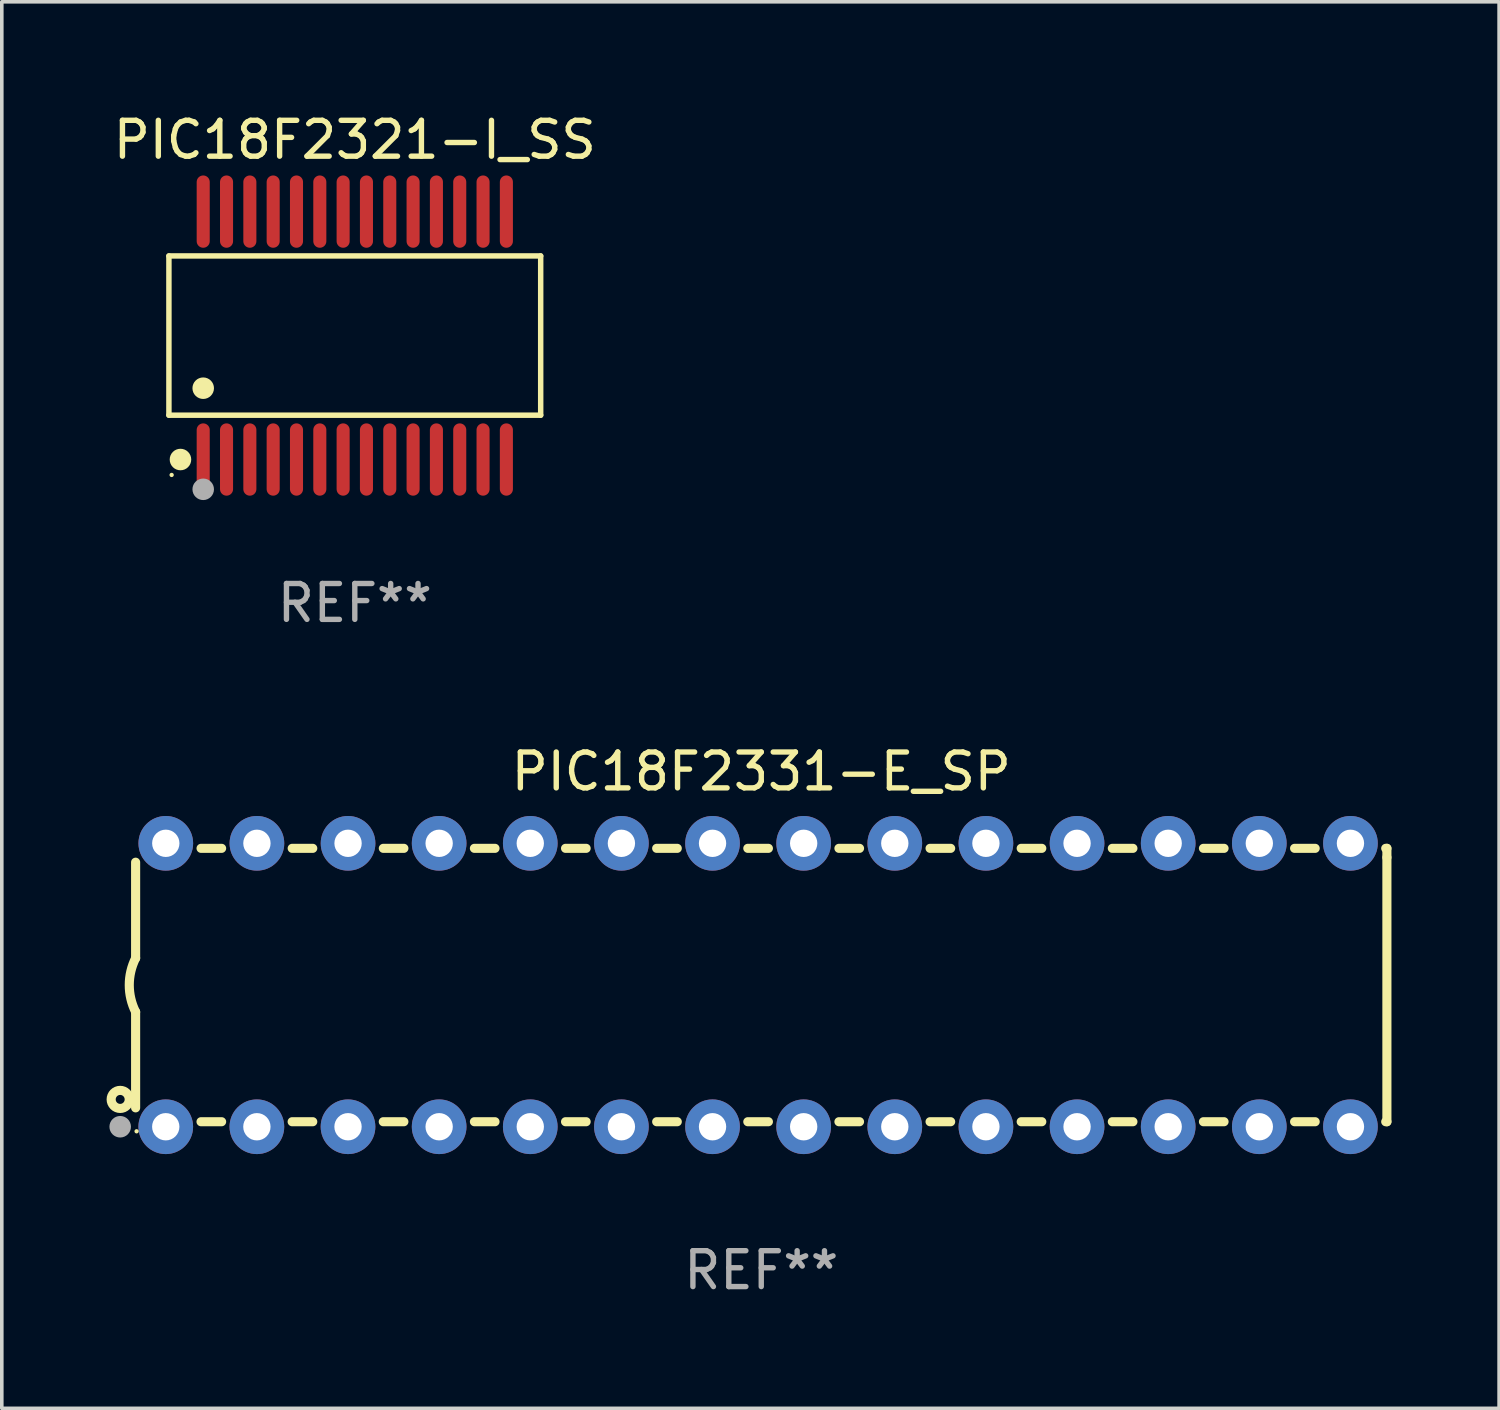
<source format=kicad_pcb>
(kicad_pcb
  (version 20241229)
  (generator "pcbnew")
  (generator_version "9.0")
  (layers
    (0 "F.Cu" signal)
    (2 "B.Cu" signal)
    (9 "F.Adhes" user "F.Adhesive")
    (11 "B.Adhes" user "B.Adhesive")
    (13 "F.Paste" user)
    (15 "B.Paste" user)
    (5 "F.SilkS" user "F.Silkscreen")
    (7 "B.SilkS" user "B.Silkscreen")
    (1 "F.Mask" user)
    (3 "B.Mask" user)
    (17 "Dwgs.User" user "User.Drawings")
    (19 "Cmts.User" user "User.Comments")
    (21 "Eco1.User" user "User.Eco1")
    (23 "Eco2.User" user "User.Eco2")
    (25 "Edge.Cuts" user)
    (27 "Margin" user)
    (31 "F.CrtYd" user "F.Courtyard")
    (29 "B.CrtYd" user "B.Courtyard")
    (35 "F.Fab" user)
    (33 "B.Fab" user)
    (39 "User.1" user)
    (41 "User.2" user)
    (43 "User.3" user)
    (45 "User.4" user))
  (footprint "PIC18F2321-I_SS"
    (layer "F.Cu")
    (at 6.839 6.303)
    (property "Reference" "PIC18F2321-I_SS" (at 0 -5.455 0) (layer "F.SilkS") (effects (font (size 1 1) (thickness 0.15))))
    (attr through_hole)
    (fp_line (start -5.181 -2.219) (end 5.181 -2.219) (stroke (width 0.152) (type solid)) (layer "F.SilkS"))
    (fp_line (start -5.181 2.219) (end -5.181 -2.219) (stroke (width 0.152) (type solid)) (layer "F.SilkS"))
    (fp_line (start 5.181 -2.219) (end 5.181 2.219) (stroke (width 0.152) (type solid)) (layer "F.SilkS"))
    (fp_line (start 5.181 2.219) (end -5.181 2.219) (stroke (width 0.152) (type solid)) (layer "F.SilkS"))
    (fp_circle (center -5.105 3.885) (end -5.075 3.885) (stroke (width 0.06) (type solid)) (fill no) (layer "F.SilkS"))
    (fp_circle (center -4.859 3.455) (end -4.709 3.455) (stroke (width 0.3) (type solid)) (fill no) (layer "F.SilkS"))
    (fp_circle (center -4.225 1.467) (end -4.075 1.467) (stroke (width 0.3) (type solid)) (fill no) (layer "F.SilkS"))
    (fp_circle (center -4.225 4.285) (end -4.075 4.285) (stroke (width 0.3) (type solid)) (fill no) (layer "F.Fab"))
    (fp_text user "REF**" (at 0 7.455 0) (layer "F.Fab") (effects (font (size 1 1) (thickness 0.15))))
    (pad "1" smd oval (at -4.225 3.455) (size 0.364 2.015) (layers "F.Cu" "F.Mask" "F.Paste"))
    (pad "2" smd oval (at -3.575 3.455) (size 0.364 2.015) (layers "F.Cu" "F.Mask" "F.Paste"))
    (pad "3" smd oval (at -2.925 3.455) (size 0.364 2.015) (layers "F.Cu" "F.Mask" "F.Paste"))
    (pad "4" smd oval (at -2.275 3.455) (size 0.364 2.015) (layers "F.Cu" "F.Mask" "F.Paste"))
    (pad "5" smd oval (at -1.625 3.455) (size 0.364 2.015) (layers "F.Cu" "F.Mask" "F.Paste"))
    (pad "6" smd oval (at -0.975 3.455) (size 0.364 2.015) (layers "F.Cu" "F.Mask" "F.Paste"))
    (pad "7" smd oval (at -0.325 3.455) (size 0.364 2.015) (layers "F.Cu" "F.Mask" "F.Paste"))
    (pad "8" smd oval (at 0.325 3.455) (size 0.364 2.015) (layers "F.Cu" "F.Mask" "F.Paste"))
    (pad "9" smd oval (at 0.975 3.455) (size 0.364 2.015) (layers "F.Cu" "F.Mask" "F.Paste"))
    (pad "10" smd oval (at 1.625 3.455) (size 0.364 2.015) (layers "F.Cu" "F.Mask" "F.Paste"))
    (pad "11" smd oval (at 2.275 3.455) (size 0.364 2.015) (layers "F.Cu" "F.Mask" "F.Paste"))
    (pad "12" smd oval (at 2.925 3.455) (size 0.364 2.015) (layers "F.Cu" "F.Mask" "F.Paste"))
    (pad "13" smd oval (at 3.575 3.455) (size 0.364 2.015) (layers "F.Cu" "F.Mask" "F.Paste"))
    (pad "14" smd oval (at 4.225 3.455) (size 0.364 2.015) (layers "F.Cu" "F.Mask" "F.Paste"))
    (pad "15" smd oval (at 4.225 -3.455) (size 0.364 2.015) (layers "F.Cu" "F.Mask" "F.Paste"))
    (pad "16" smd oval (at 3.575 -3.455) (size 0.364 2.015) (layers "F.Cu" "F.Mask" "F.Paste"))
    (pad "17" smd oval (at 2.925 -3.455) (size 0.364 2.015) (layers "F.Cu" "F.Mask" "F.Paste"))
    (pad "18" smd oval (at 2.275 -3.455) (size 0.364 2.015) (layers "F.Cu" "F.Mask" "F.Paste"))
    (pad "19" smd oval (at 1.625 -3.455) (size 0.364 2.015) (layers "F.Cu" "F.Mask" "F.Paste"))
    (pad "20" smd oval (at 0.975 -3.455) (size 0.364 2.015) (layers "F.Cu" "F.Mask" "F.Paste"))
    (pad "21" smd oval (at 0.325 -3.455) (size 0.364 2.015) (layers "F.Cu" "F.Mask" "F.Paste"))
    (pad "22" smd oval (at -0.325 -3.455) (size 0.364 2.015) (layers "F.Cu" "F.Mask" "F.Paste"))
    (pad "23" smd oval (at -0.975 -3.455) (size 0.364 2.015) (layers "F.Cu" "F.Mask" "F.Paste"))
    (pad "24" smd oval (at -1.625 -3.455) (size 0.364 2.015) (layers "F.Cu" "F.Mask" "F.Paste"))
    (pad "25" smd oval (at -2.275 -3.455) (size 0.364 2.015) (layers "F.Cu" "F.Mask" "F.Paste"))
    (pad "26" smd oval (at -2.925 -3.455) (size 0.364 2.015) (layers "F.Cu" "F.Mask" "F.Paste"))
    (pad "27" smd oval (at -3.575 -3.455) (size 0.364 2.015) (layers "F.Cu" "F.Mask" "F.Paste"))
    (pad "28" smd oval (at -4.225 -3.455) (size 0.364 2.015) (layers "F.Cu" "F.Mask" "F.Paste")))
  (footprint "PIC18F2331-E_SP"
    (layer "F.Cu")
    (at 18.168 24.405)
    (property "Reference" "PIC18F2331-E_SP" (at 0 -5.95 0) (layer "F.SilkS") (effects (font (size 1 1) (thickness 0.15))))
    (attr through_hole)
    (fp_line (start -17.438 0.75) (end -17.438 3.423) (stroke (width 0.254) (type solid)) (layer "F.SilkS"))
    (fp_line (start -17.438 -3.423) (end -17.438 -0.75) (stroke (width 0.254) (type solid)) (layer "F.SilkS"))
    (fp_line (start -15.615 3.81) (end -15.041 3.81) (stroke (width 0.254) (type solid)) (layer "F.SilkS"))
    (fp_line (start -15.041 -3.81) (end -15.614 -3.81) (stroke (width 0.254) (type solid)) (layer "F.SilkS"))
    (fp_line (start -13.075 3.81) (end -12.501 3.81) (stroke (width 0.254) (type solid)) (layer "F.SilkS"))
    (fp_line (start -12.501 -3.81) (end -13.074 -3.81) (stroke (width 0.254) (type solid)) (layer "F.SilkS"))
    (fp_line (start -10.535 3.81) (end -9.961 3.81) (stroke (width 0.254) (type solid)) (layer "F.SilkS"))
    (fp_line (start -9.961 -3.81) (end -10.534 -3.81) (stroke (width 0.254) (type solid)) (layer "F.SilkS"))
    (fp_line (start -7.995 3.81) (end -7.421 3.81) (stroke (width 0.254) (type solid)) (layer "F.SilkS"))
    (fp_line (start -7.421 -3.81) (end -7.995 -3.81) (stroke (width 0.254) (type solid)) (layer "F.SilkS"))
    (fp_line (start -5.455 3.81) (end -4.881 3.81) (stroke (width 0.254) (type solid)) (layer "F.SilkS"))
    (fp_line (start -4.881 -3.81) (end -5.455 -3.81) (stroke (width 0.254) (type solid)) (layer "F.SilkS"))
    (fp_line (start -2.915 3.81) (end -2.341 3.81) (stroke (width 0.254) (type solid)) (layer "F.SilkS"))
    (fp_line (start -2.341 -3.81) (end -2.915 -3.81) (stroke (width 0.254) (type solid)) (layer "F.SilkS"))
    (fp_line (start -0.375 3.81) (end 0.199 3.81) (stroke (width 0.254) (type solid)) (layer "F.SilkS"))
    (fp_line (start 0.199 -3.81) (end -0.375 -3.81) (stroke (width 0.254) (type solid)) (layer "F.SilkS"))
    (fp_line (start 2.165 3.81) (end 2.739 3.81) (stroke (width 0.254) (type solid)) (layer "F.SilkS"))
    (fp_line (start 2.739 -3.81) (end 2.165 -3.81) (stroke (width 0.254) (type solid)) (layer "F.SilkS"))
    (fp_line (start 4.705 3.81) (end 5.279 3.81) (stroke (width 0.254) (type solid)) (layer "F.SilkS"))
    (fp_line (start 5.279 -3.81) (end 4.705 -3.81) (stroke (width 0.254) (type solid)) (layer "F.SilkS"))
    (fp_line (start 7.245 3.81) (end 7.819 3.81) (stroke (width 0.254) (type solid)) (layer "F.SilkS"))
    (fp_line (start 7.819 -3.81) (end 7.245 -3.81) (stroke (width 0.254) (type solid)) (layer "F.SilkS"))
    (fp_line (start 9.785 3.81) (end 10.359 3.81) (stroke (width 0.254) (type solid)) (layer "F.SilkS"))
    (fp_line (start 10.359 -3.81) (end 9.785 -3.81) (stroke (width 0.254) (type solid)) (layer "F.SilkS"))
    (fp_line (start 12.325 3.81) (end 12.899 3.81) (stroke (width 0.254) (type solid)) (layer "F.SilkS"))
    (fp_line (start 12.899 -3.81) (end 12.325 -3.81) (stroke (width 0.254) (type solid)) (layer "F.SilkS"))
    (fp_line (start 14.865 3.81) (end 15.439 3.81) (stroke (width 0.254) (type solid)) (layer "F.SilkS"))
    (fp_line (start 15.439 -3.81) (end 14.865 -3.81) (stroke (width 0.254) (type solid)) (layer "F.SilkS"))
    (fp_line (start 17.405 3.81) (end 17.438 3.81) (stroke (width 0.254) (type solid)) (layer "F.SilkS"))
    (fp_line (start 17.438 -3.81) (end 17.405 -3.81) (stroke (width 0.254) (type solid)) (layer "F.SilkS"))
    (fp_line (start 17.438 -3.556) (end 17.438 -3.81) (stroke (width 0.254) (type solid)) (layer "F.SilkS"))
    (fp_line (start 17.438 3.81) (end 17.438 -3.556) (stroke (width 0.254) (type solid)) (layer "F.SilkS"))
    (fp_arc (start -17.437986 0.749657) (mid -17.614887 -0.000024) (end -17.437783 -0.749657) (stroke (width 0.254001) (type solid)) (layer "F.SilkS"))
    (fp_circle (center -17.868 3.188) (end -17.743 3.188) (stroke (width 0.254) (type solid)) (fill no) (layer "F.SilkS"))
    (fp_circle (center -17.411 4.077) (end -17.381 4.077) (stroke (width 0.06) (type solid)) (fill no) (layer "F.SilkS"))
    (fp_circle (center -17.868 3.95) (end -17.718 3.95) (stroke (width 0.3) (type solid)) (fill no) (layer "F.Fab"))
    (fp_text user "REF**" (at 0 7.95 0) (layer "F.Fab") (effects (font (size 1 1) (thickness 0.15))))
    (pad "1" thru_hole circle (at -16.598 3.95) (size 1.524 1.524) (drill 0.762) (layers "*.Cu" "*.Mask"))
    (pad "2" thru_hole circle (at -14.058 3.95) (size 1.524 1.524) (drill 0.762) (layers "*.Cu" "*.Mask"))
    (pad "3" thru_hole circle (at -11.518 3.95) (size 1.524 1.524) (drill 0.762) (layers "*.Cu" "*.Mask"))
    (pad "4" thru_hole circle (at -8.978 3.95) (size 1.524 1.524) (drill 0.762) (layers "*.Cu" "*.Mask"))
    (pad "5" thru_hole circle (at -6.438 3.95) (size 1.524 1.524) (drill 0.762) (layers "*.Cu" "*.Mask"))
    (pad "6" thru_hole circle (at -3.898 3.95) (size 1.524 1.524) (drill 0.762) (layers "*.Cu" "*.Mask"))
    (pad "7" thru_hole circle (at -1.358 3.95) (size 1.524 1.524) (drill 0.762) (layers "*.Cu" "*.Mask"))
    (pad "8" thru_hole circle (at 1.182 3.95) (size 1.524 1.524) (drill 0.762) (layers "*.Cu" "*.Mask"))
    (pad "9" thru_hole circle (at 3.722 3.95) (size 1.524 1.524) (drill 0.762) (layers "*.Cu" "*.Mask"))
    (pad "10" thru_hole circle (at 6.262 3.95) (size 1.524 1.524) (drill 0.762) (layers "*.Cu" "*.Mask"))
    (pad "11" thru_hole circle (at 8.802 3.95) (size 1.524 1.524) (drill 0.762) (layers "*.Cu" "*.Mask"))
    (pad "12" thru_hole circle (at 11.342 3.95) (size 1.524 1.524) (drill 0.762) (layers "*.Cu" "*.Mask"))
    (pad "13" thru_hole circle (at 13.882 3.95) (size 1.524 1.524) (drill 0.762) (layers "*.Cu" "*.Mask"))
    (pad "14" thru_hole circle (at 16.422 3.95) (size 1.524 1.524) (drill 0.762) (layers "*.Cu" "*.Mask"))
    (pad "15" thru_hole circle (at 16.422 -3.95) (size 1.524 1.524) (drill 0.762) (layers "*.Cu" "*.Mask"))
    (pad "16" thru_hole circle (at 13.882 -3.95) (size 1.524 1.524) (drill 0.762) (layers "*.Cu" "*.Mask"))
    (pad "17" thru_hole circle (at 11.342 -3.95) (size 1.524 1.524) (drill 0.762) (layers "*.Cu" "*.Mask"))
    (pad "18" thru_hole circle (at 8.802 -3.95) (size 1.524 1.524) (drill 0.762) (layers "*.Cu" "*.Mask"))
    (pad "19" thru_hole circle (at 6.262 -3.95) (size 1.524 1.524) (drill 0.762) (layers "*.Cu" "*.Mask"))
    (pad "20" thru_hole circle (at 3.722 -3.95) (size 1.524 1.524) (drill 0.762) (layers "*.Cu" "*.Mask"))
    (pad "21" thru_hole circle (at 1.182 -3.95) (size 1.524 1.524) (drill 0.762) (layers "*.Cu" "*.Mask"))
    (pad "22" thru_hole circle (at -1.358 -3.95) (size 1.524 1.524) (drill 0.762) (layers "*.Cu" "*.Mask"))
    (pad "23" thru_hole circle (at -3.898 -3.95) (size 1.524 1.524) (drill 0.762) (layers "*.Cu" "*.Mask"))
    (pad "24" thru_hole circle (at -6.438 -3.95) (size 1.524 1.524) (drill 0.762) (layers "*.Cu" "*.Mask"))
    (pad "25" thru_hole circle (at -8.978 -3.95) (size 1.524 1.524) (drill 0.762) (layers "*.Cu" "*.Mask"))
    (pad "26" thru_hole circle (at -11.517 -3.95) (size 1.524 1.524) (drill 0.762) (layers "*.Cu" "*.Mask"))
    (pad "27" thru_hole circle (at -14.057 -3.95) (size 1.524 1.524) (drill 0.762) (layers "*.Cu" "*.Mask"))
    (pad "28" thru_hole circle (at -16.597 -3.95) (size 1.524 1.524) (drill 0.762) (layers "*.Cu" "*.Mask")))
  (gr_rect
    (start -3 -3)
    (end 38.733 36.203)
    (stroke (width 0.1) (type default))
    (fill no)
    (layer "Edge.Cuts")))
</source>
